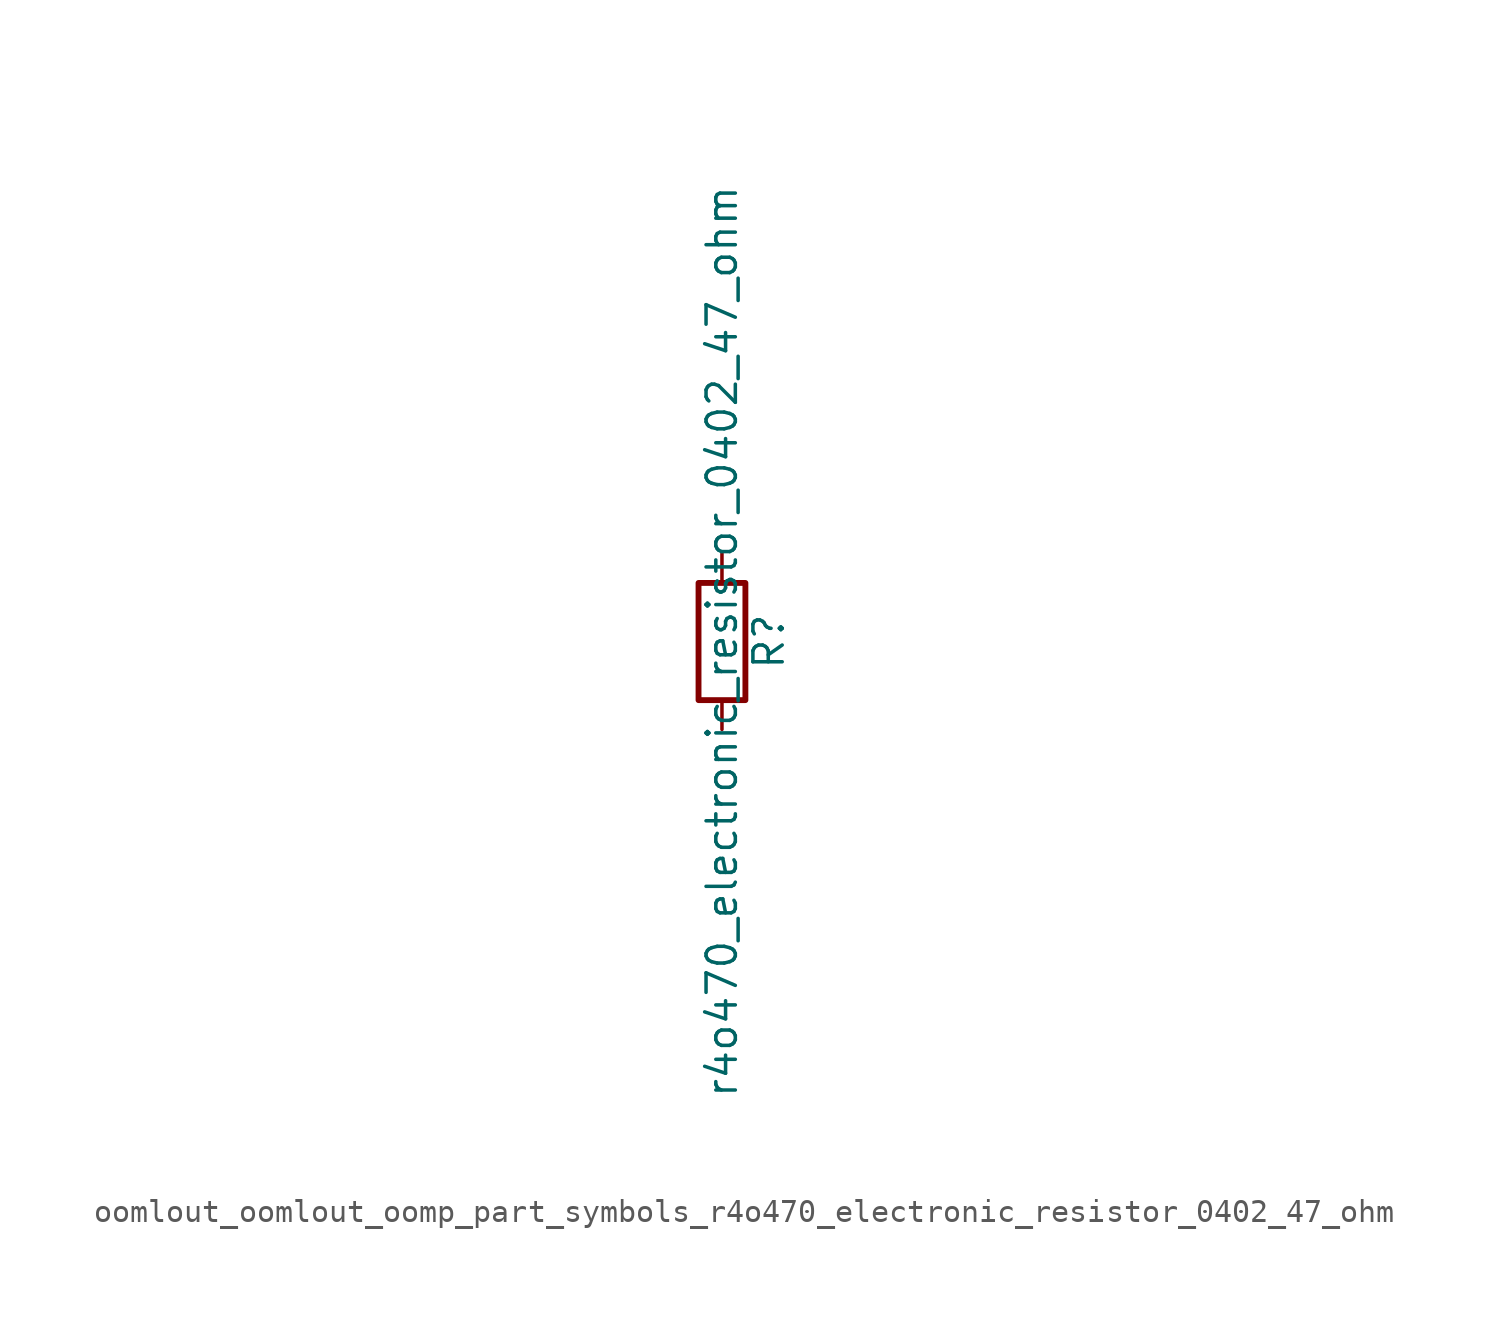
<source format=kicad_sym>
(kicad_symbol_lib
  (version 20220914)
  (generator kicad_symbol_editor)
  (symbol "oomlout_oomlout_oomp_part_symbols_r4o470_electronic_resistor_0402_47_ohm"
    (pin_numbers hide)
    (pin_names
      (offset 0))
    (property "Reference" "R"
      (at 2.032 0 90)
      (effects (font (size 1.27 1.27))))
    (property "Value" "r4o470_electronic_resistor_0402_47_ohm"
      (at 0 0 90)
      (effects (font (size 1.27 1.27))))
    (symbol "oomlout_oomlout_oomp_part_symbols_r4o470_electronic_resistor_0402_47_ohm_0_1"
      (rectangle (start -1.016 -2.54) (end 1.016 2.54) (stroke (width 0.254) (type default)) (fill (type none))))
    (symbol "oomlout_oomlout_oomp_part_symbols_r4o470_electronic_resistor_0402_47_ohm_1_1"
      (pin passive line (at 0 3.81 270) (length 1.27) (name "~" (effects (font (size 1.27 1.27)))) (number "1" (effects (font (size 1.27 1.27)))))
      (pin passive line (at 0 -3.81 90) (length 1.27) (name "~" (effects (font (size 1.27 1.27)))) (number "2" (effects (font (size 1.27 1.27))))))))
</source>
